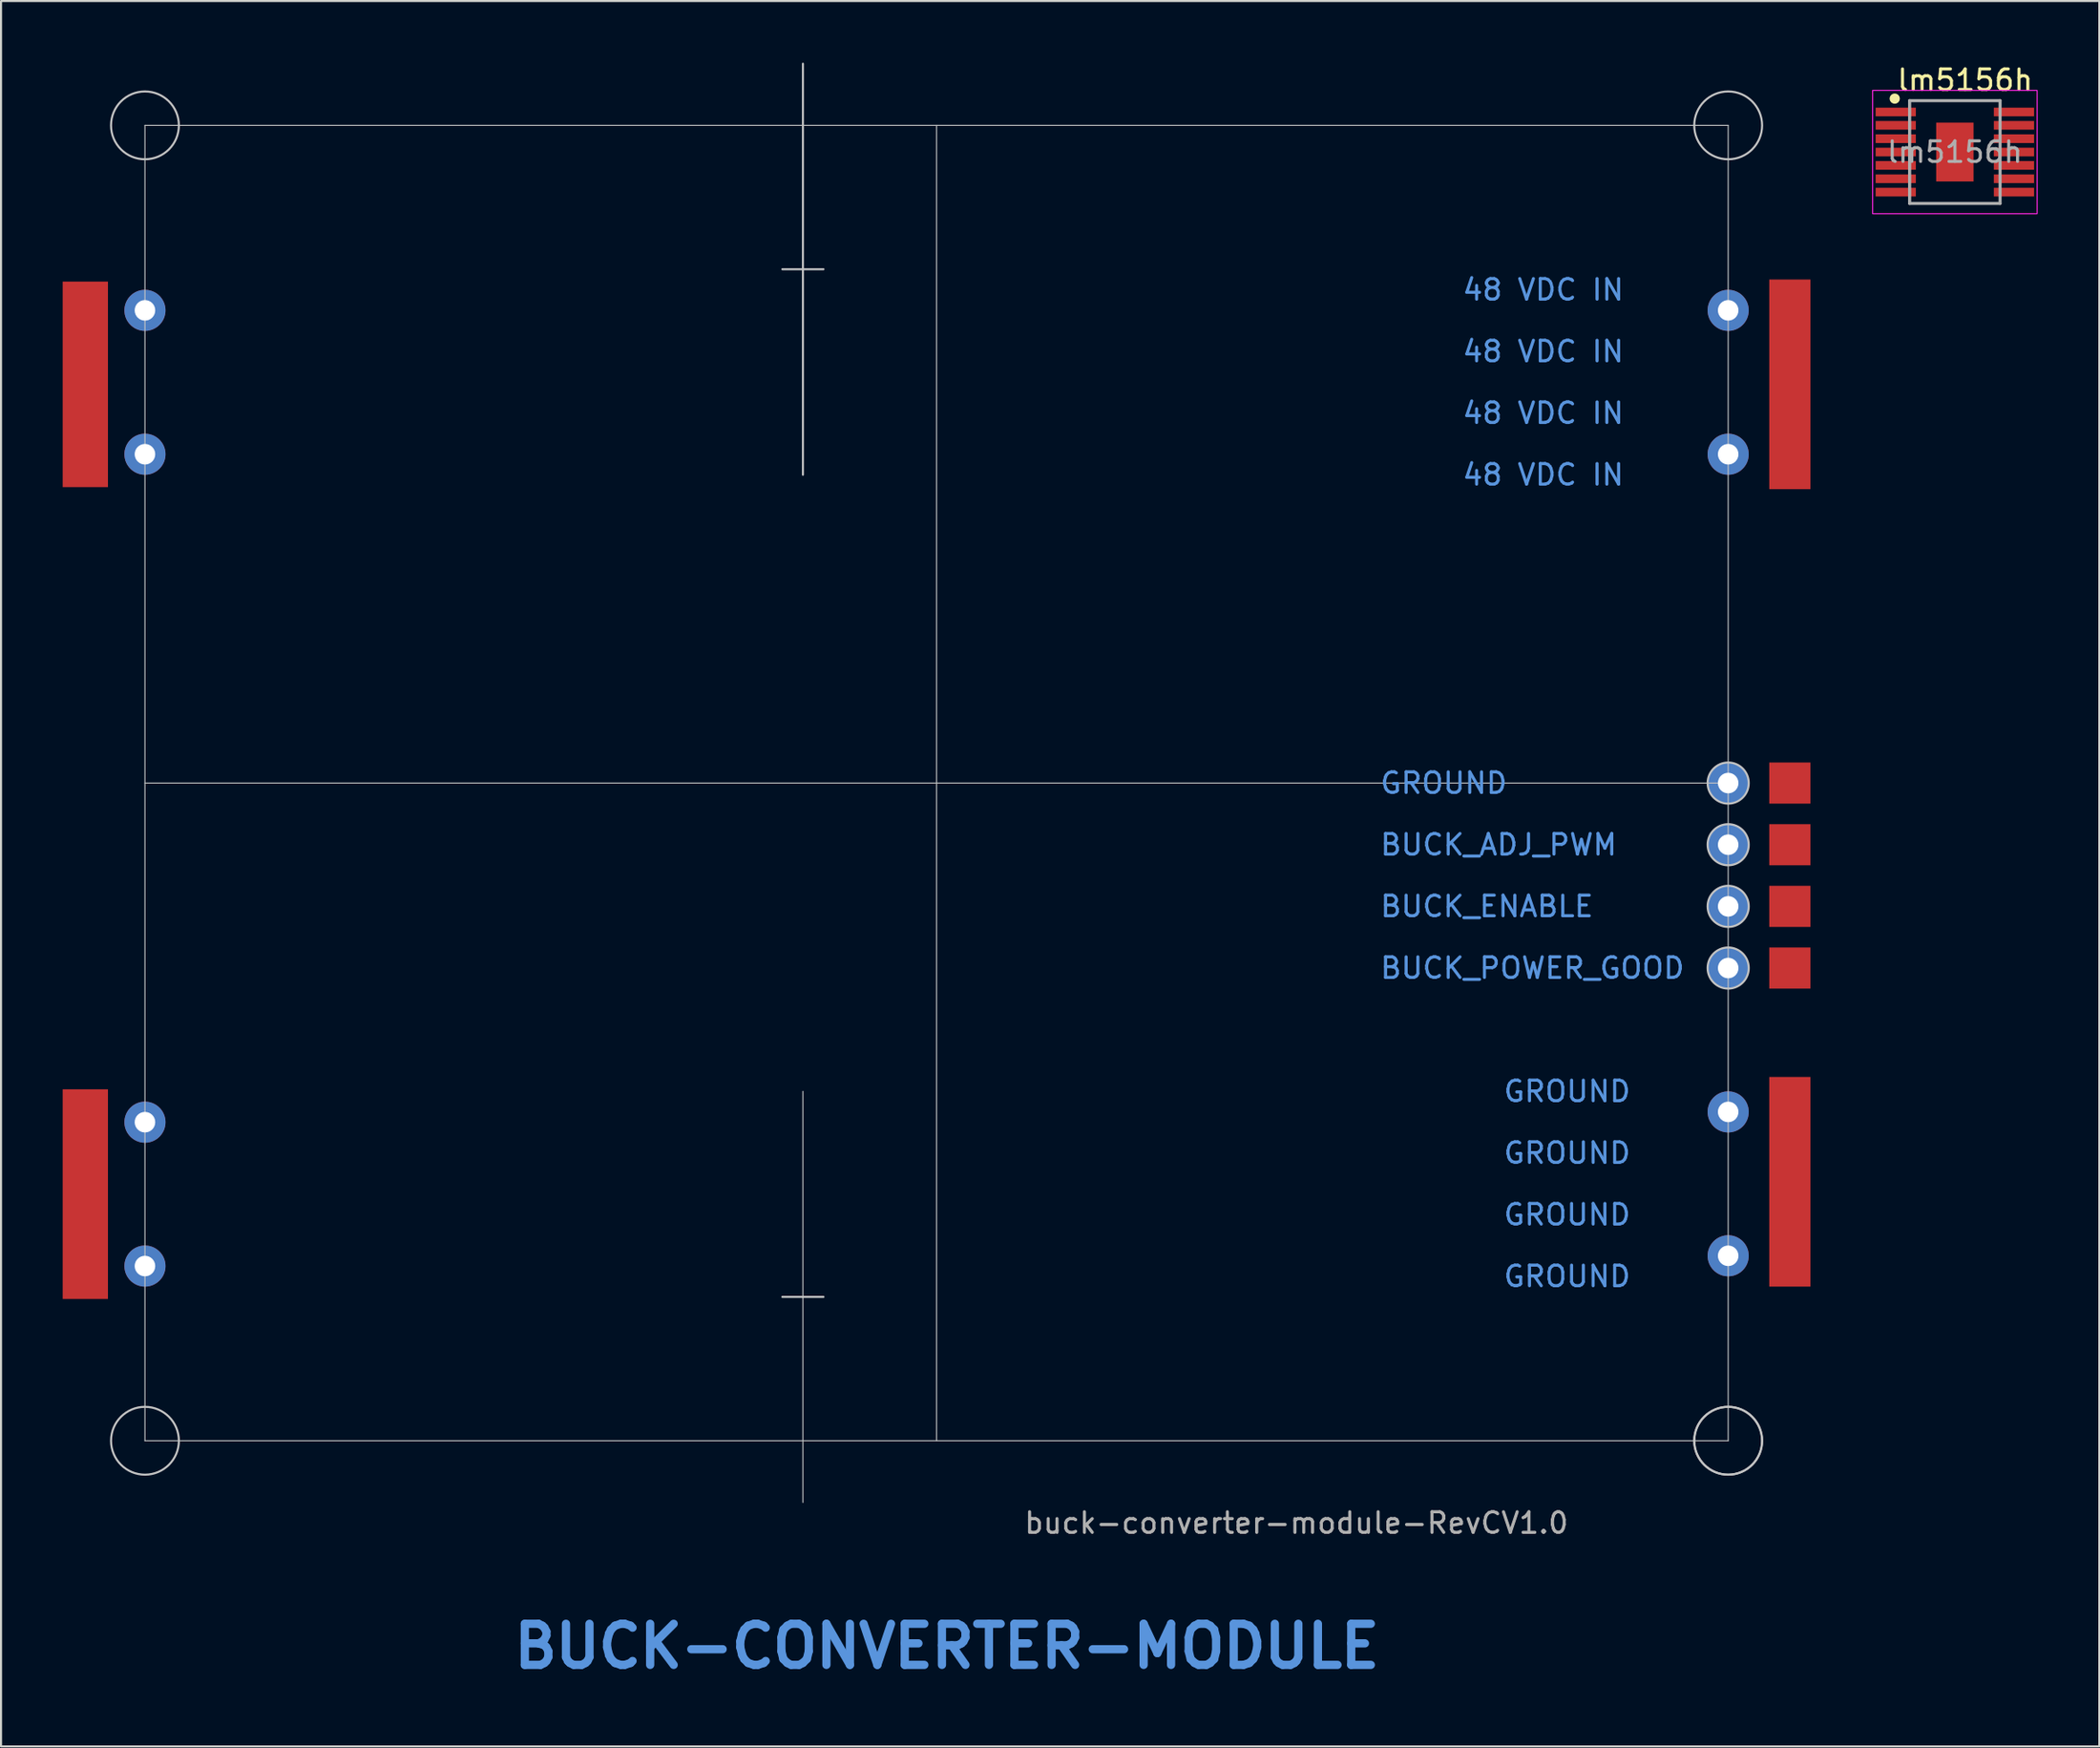
<source format=kicad_pcb>
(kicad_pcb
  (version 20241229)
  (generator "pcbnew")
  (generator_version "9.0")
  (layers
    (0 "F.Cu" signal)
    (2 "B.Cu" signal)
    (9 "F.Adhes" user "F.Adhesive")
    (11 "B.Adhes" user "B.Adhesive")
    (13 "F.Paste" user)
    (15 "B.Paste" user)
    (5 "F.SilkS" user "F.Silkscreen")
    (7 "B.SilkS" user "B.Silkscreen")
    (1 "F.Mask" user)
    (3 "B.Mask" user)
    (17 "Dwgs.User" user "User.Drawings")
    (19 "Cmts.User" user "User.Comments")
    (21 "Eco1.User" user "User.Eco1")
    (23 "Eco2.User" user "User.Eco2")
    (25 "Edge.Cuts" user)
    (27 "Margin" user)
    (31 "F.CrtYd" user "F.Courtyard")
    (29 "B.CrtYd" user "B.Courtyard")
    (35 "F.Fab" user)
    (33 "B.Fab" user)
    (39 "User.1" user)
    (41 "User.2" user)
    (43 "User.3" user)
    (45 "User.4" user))
  (footprint "lm5156h"
    (layer "F.Cu")
    (at 92.025 4.348)
    (property "Reference" "lm5156h" (at 0.5 -3.5 0) (unlocked yes) (layer "F.SilkS") (effects (font (size 1 1) (thickness 0.15))))
    (attr smd)
    (fp_circle (center -2.925 -2.6) (end -2.8 -2.6) (stroke (width 0.25) (type solid)) (fill no) (layer "F.SilkS"))
    (fp_poly (pts (xy -0.507 1.027) (xy 0.507 1.027) (xy 0.507 -1.027) (xy -0.507 -1.027)) (stroke (width 0) (type solid)) (fill yes) (layer "F.Paste"))
    (fp_rect (start -4 -3) (end 4 3) (stroke (width 0.05) (type default)) (fill no) (layer "F.CrtYd"))
    (fp_line (start -2.2 -2.5) (end 2.2 -2.5) (stroke (width 0.15) (type solid)) (layer "F.Fab"))
    (fp_line (start -2.2 2.5) (end -2.2 -2.5) (stroke (width 0.15) (type solid)) (layer "F.Fab"))
    (fp_line (start -2.2 2.5) (end 2.2 2.5) (stroke (width 0.15) (type solid)) (layer "F.Fab"))
    (fp_line (start 2.2 2.5) (end 2.2 -2.5) (stroke (width 0.15) (type solid)) (layer "F.Fab"))
    (fp_text user "${REFERENCE}" (at 0 0 0) (unlocked yes) (layer "F.Fab") (effects (font (size 1 1) (thickness 0.15))))
    (pad "1" smd rect (at -2.875 -1.95) (size 1.955 0.421) (layers "F.Cu" "F.Mask" "F.Paste"))
    (pad "2" smd rect (at -2.875 -1.3) (size 1.955 0.421) (layers "F.Cu" "F.Mask" "F.Paste"))
    (pad "3" smd rect (at -2.875 -0.65) (size 1.955 0.421) (layers "F.Cu" "F.Mask" "F.Paste"))
    (pad "4" smd rect (at -2.875 0) (size 1.955 0.421) (layers "F.Cu" "F.Mask" "F.Paste"))
    (pad "5" smd rect (at -2.875 0.65) (size 1.955 0.421) (layers "F.Cu" "F.Mask" "F.Paste"))
    (pad "6" smd rect (at -2.875 1.3) (size 1.955 0.421) (layers "F.Cu" "F.Mask" "F.Paste"))
    (pad "7" smd rect (at -2.875 1.95) (size 1.955 0.421) (layers "F.Cu" "F.Mask" "F.Paste"))
    (pad "8" smd rect (at 2.875 1.95) (size 1.955 0.421) (layers "F.Cu" "F.Mask" "F.Paste"))
    (pad "9" smd rect (at 2.875 1.3) (size 1.955 0.421) (layers "F.Cu" "F.Mask" "F.Paste"))
    (pad "10" smd rect (at 2.875 0.65) (size 1.955 0.421) (layers "F.Cu" "F.Mask" "F.Paste"))
    (pad "11" smd rect (at 2.875 0) (size 1.955 0.421) (layers "F.Cu" "F.Mask" "F.Paste"))
    (pad "12" smd rect (at 2.875 -0.65) (size 1.955 0.421) (layers "F.Cu" "F.Mask" "F.Paste"))
    (pad "13" smd rect (at 2.875 -1.3) (size 1.955 0.421) (layers "F.Cu" "F.Mask" "F.Paste"))
    (pad "14" smd rect (at 2.875 -1.95) (size 1.955 0.421) (layers "F.Cu" "F.Mask" "F.Paste"))
    (pad "15" smd rect (at 0 0) (size 1.82 2.86) (layers "F.Cu" "F.Mask")))
  (footprint "buck-converter-module-RevCV1.0"
    (layer "F.Cu")
    (at 42.5 35.05)
    (property "Reference" "buck-converter-module-RevCV1.0" (at 17.5 36 0) (unlocked yes) (layer "F.SilkS") (effects (font (size 1 1) (thickness 0.1))))
    (attr exclude_from_pos_files allow_missing_courtyard)
    (fp_line (start -38.5 -32) (end 38.5 -32) (stroke (width 0.05) (type default)) (layer "Dwgs.User"))
    (fp_line (start -38.5 0) (end 38.5 0) (stroke (width 0.05) (type default)) (layer "Dwgs.User"))
    (fp_line (start -38.5 32) (end -38.5 -32) (stroke (width 0.05) (type default)) (layer "Dwgs.User"))
    (fp_line (start -38.5 32) (end 38.5 32) (stroke (width 0.05) (type default)) (layer "Dwgs.User"))
    (fp_line (start -6.5 -25) (end -7.5 -25) (stroke (width 0.1) (type default)) (layer "Dwgs.User"))
    (fp_line (start -6.5 -25) (end -5.5 -25) (stroke (width 0.1) (type default)) (layer "Dwgs.User"))
    (fp_line (start -6.5 -15) (end -6.5 -35) (stroke (width 0.1) (type default)) (layer "Dwgs.User"))
    (fp_line (start -6.5 15) (end -6.5 35) (stroke (width 0.05) (type default)) (layer "Dwgs.User"))
    (fp_line (start -6.5 25) (end -7.5 25) (stroke (width 0.1) (type default)) (layer "Dwgs.User"))
    (fp_line (start -6.5 25) (end -5.5 25) (stroke (width 0.1) (type default)) (layer "Dwgs.User"))
    (fp_line (start 0 -32) (end 0 32) (stroke (width 0.05) (type default)) (layer "Dwgs.User"))
    (fp_line (start 38.5 32) (end 38.5 -32) (stroke (width 0.05) (type default)) (layer "Dwgs.User"))
    (fp_circle (center -38.5 -32) (end -36.85 -32) (stroke (width 0.1) (type default)) (fill no) (layer "Dwgs.User"))
    (fp_circle (center -38.5 32) (end -36.85 32) (stroke (width 0.1) (type default)) (fill no) (layer "Dwgs.User"))
    (fp_circle (center 38.5 -32) (end 40.15 -32) (stroke (width 0.1) (type default)) (fill no) (layer "Dwgs.User"))
    (fp_circle (center 38.5 0) (end 39.5 0) (stroke (width 0.1) (type default)) (fill no) (layer "Dwgs.User"))
    (fp_circle (center 38.5 3) (end 39.5 3) (stroke (width 0.1) (type default)) (fill no) (layer "Dwgs.User"))
    (fp_circle (center 38.5 6) (end 39.5 6) (stroke (width 0.1) (type default)) (fill no) (layer "Dwgs.User"))
    (fp_circle (center 38.5 9) (end 39.5 9) (stroke (width 0.1) (type default)) (fill no) (layer "Dwgs.User"))
    (fp_circle (center 38.5 32) (end 40.15 32) (stroke (width 0.1) (type default)) (fill no) (layer "Dwgs.User"))
    (fp_circle (center 38.5 32) (end 40.15 32) (stroke (width 0.1) (type default)) (fill no) (layer "Dwgs.User"))
    (fp_line (start -41.5 -32) (end -41.5 32) (stroke (width 0.1) (type default)) (layer "User.1"))
    (fp_line (start -38.5 35) (end -28.5 35) (stroke (width 0.1) (type default)) (layer "User.1"))
    (fp_line (start -28.5 -35) (end -38.5 -35) (stroke (width 0.1) (type default)) (layer "User.1"))
    (fp_line (start -25.494 -17.994) (end -25.5 -31.994) (stroke (width 0.1) (type default)) (layer "User.1"))
    (fp_line (start -25.494 18) (end -25.5 32) (stroke (width 0.1) (type default)) (layer "User.1"))
    (fp_line (start 9.5 -15) (end -22.5 -15) (stroke (width 0.1) (type default)) (layer "User.1"))
    (fp_line (start 9.5 15.006) (end -22.5 15.006) (stroke (width 0.1) (type default)) (layer "User.1"))
    (fp_line (start 12.5 -31.794) (end 12.494 -17.994) (stroke (width 0.1) (type default)) (layer "User.1"))
    (fp_line (start 12.5 31.8) (end 12.494 18) (stroke (width 0.1) (type default)) (layer "User.1"))
    (fp_line (start 38.5 -35) (end 15.5 -35) (stroke (width 0.1) (type default)) (layer "User.1"))
    (fp_line (start 38.5 35) (end 15.913 34.993) (stroke (width 0.1) (type default)) (layer "User.1"))
    (fp_line (start 41.5 32) (end 41.5 -32) (stroke (width 0.1) (type default)) (layer "User.1"))
    (fp_arc (start -41.5 -32) (mid -40.62132 -34.12132) (end -38.5 -35) (stroke (width 0.1) (type default)) (layer "User.1"))
    (fp_arc (start -38.5 35) (mid -40.62132 34.12132) (end -41.5 32) (stroke (width 0.1) (type default)) (layer "User.1"))
    (fp_arc (start -28.5 -34.994158) (mid -26.378688 -34.11547) (end -25.5 -31.994158) (stroke (width 0.1) (type default)) (layer "User.1"))
    (fp_arc (start -25.5 32) (mid -26.37868 34.12132) (end -28.5 35) (stroke (width 0.1) (type default)) (layer "User.1"))
    (fp_arc (start -25.494158 18) (mid -24.617189 15.882811) (end -22.5 15.005842) (stroke (width 0.1) (type default)) (layer "User.1"))
    (fp_arc (start -22.5 -15) (mid -24.617198 -15.87696) (end -25.494158 -17.994158) (stroke (width 0.1) (type default)) (layer "User.1"))
    (fp_arc (start 9.500001 15.005841) (mid 11.61719 15.88281) (end 12.494159 17.999999) (stroke (width 0.1) (type default)) (layer "User.1"))
    (fp_arc (start 12.494158 -17.994158) (mid 11.617169 -15.876989) (end 9.5 -15) (stroke (width 0.1) (type default)) (layer "User.1"))
    (fp_arc (start 12.5 -31.794158) (mid 13.51379 -34.13097) (end 15.912861 -34.987071) (stroke (width 0.1) (type default)) (layer "User.1"))
    (fp_arc (start 15.912861 34.992913) (mid 13.513811 34.136788) (end 12.5 31.8) (stroke (width 0.1) (type default)) (layer "User.1"))
    (fp_arc (start 38.500001 -35.000001) (mid 40.621336 -34.121324) (end 41.500001 -32.000001) (stroke (width 0.1) (type default)) (layer "User.1"))
    (fp_arc (start 41.500001 32.000001) (mid 40.621322 34.121322) (end 38.500001 35.000001) (stroke (width 0.1) (type default)) (layer "User.1"))
    (fp_rect (start -41.6 14.9) (end -35 25.1) (stroke (width 0.1) (type default)) (fill no) (layer "User.2"))
    (fp_rect (start -41.5 -24.4) (end -35.2 -14.4) (stroke (width 0.1) (type default)) (fill no) (layer "User.2"))
    (fp_rect (start 34.9 -24.5) (end 41.5 -14.3) (stroke (width 0.1) (type default)) (fill no) (layer "User.2"))
    (fp_rect (start 34.9 14.3) (end 41.5 24.5) (stroke (width 0.1) (type default)) (fill no) (layer "User.2"))
    (fp_rect (start 37.5 -1) (end 39.5 1) (stroke (width 0.1) (type default)) (fill no) (layer "User.2"))
    (fp_rect (start 37.5 2) (end 39.5 4) (stroke (width 0.1) (type default)) (fill no) (layer "User.2"))
    (fp_rect (start 37.5 5) (end 39.5 7) (stroke (width 0.1) (type default)) (fill no) (layer "User.2"))
    (fp_rect (start 37.5 8) (end 39.5 10) (stroke (width 0.1) (type default)) (fill no) (layer "User.2"))
    (fp_text user "BUCK_POWER_GOOD" (at 21.5 9 0) (unlocked yes) (layer "Cmts.User") (effects (font (size 1 1) (thickness 0.15)) (justify left)))
    (fp_text user "GROUND" (at 27.5 24 0) (unlocked yes) (layer "Cmts.User") (effects (font (size 1 1) (thickness 0.15)) (justify left)))
    (fp_text user "48 VDC IN" (at 25.5 -15 0) (unlocked yes) (layer "Cmts.User") (effects (font (size 1 1) (thickness 0.15)) (justify left)))
    (fp_text user "BUCK_ADJ_PWM" (at 21.5 3 0) (unlocked yes) (layer "Cmts.User") (effects (font (size 1 1) (thickness 0.15)) (justify left)))
    (fp_text user "48 VDC IN" (at 25.5 -24 0) (unlocked yes) (layer "Cmts.User") (effects (font (size 1 1) (thickness 0.15)) (justify left)))
    (fp_text user "48 VDC IN" (at 25.5 -18 0) (unlocked yes) (layer "Cmts.User") (effects (font (size 1 1) (thickness 0.15)) (justify left)))
    (fp_text user "GROUND" (at 27.5 18 0) (unlocked yes) (layer "Cmts.User") (effects (font (size 1 1) (thickness 0.15)) (justify left)))
    (fp_text user "GROUND" (at 27.5 21 0) (unlocked yes) (layer "Cmts.User") (effects (font (size 1 1) (thickness 0.15)) (justify left)))
    (fp_text user "GROUND" (at 21.5 0 0) (unlocked yes) (layer "Cmts.User") (effects (font (size 1 1) (thickness 0.15)) (justify left)))
    (fp_text user "48 VDC IN" (at 25.5 -21 0) (unlocked yes) (layer "Cmts.User") (effects (font (size 1 1) (thickness 0.15)) (justify left)))
    (fp_text user "BUCK-CONVERTER-MODULE" (at 0.5 42 0) (unlocked yes) (layer "Cmts.User") (effects (font (size 2 2) (thickness 0.4) (bold yes))))
    (fp_text user "BUCK_ENABLE" (at 21.5 6 0) (unlocked yes) (layer "Cmts.User") (effects (font (size 1 1) (thickness 0.15)) (justify left)))
    (fp_text user "GROUND" (at 27.5 15 0) (unlocked yes) (layer "Cmts.User") (effects (font (size 1 1) (thickness 0.15)) (justify left)))
    (fp_text user "${REFERENCE}" (at 17.5 36 0) (unlocked yes) (layer "F.Fab") (effects (font (size 1 1) (thickness 0.15))))
    (pad "1" smd rect (at -41.4 -19.4 270) (size 10 2.2) (layers "F.Cu" "F.Mask" "F.Paste"))
    (pad "1" thru_hole circle (at -38.5 -23 270) (size 2 2) (drill 1) (layers "*.Cu" "*.Mask"))
    (pad "1" thru_hole circle (at -38.5 -16 270) (size 2 2) (drill 1) (layers "*.Cu" "*.Mask"))
    (pad "2" smd rect (at -41.4 20 270) (size 10.2 2.2) (layers "F.Cu" "F.Mask" "F.Paste"))
    (pad "2" thru_hole circle (at -38.5 16.5 270) (size 2 2) (drill 1) (layers "*.Cu" "*.Mask"))
    (pad "2" thru_hole circle (at -38.5 23.5 270) (size 2 2) (drill 1) (layers "*.Cu" "*.Mask"))
    (pad "3" thru_hole circle (at 38.5 16 270) (size 2 2) (drill 1) (layers "*.Cu" "*.Mask"))
    (pad "3" thru_hole circle (at 38.5 23 270) (size 2 2) (drill 1) (layers "*.Cu" "*.Mask"))
    (pad "3" smd rect (at 41.5 19.4 270) (size 10.2 2) (layers "F.Cu" "F.Mask" "F.Paste"))
    (pad "4" thru_hole circle (at 38.5 9 270) (size 2 2) (drill 1) (layers "*.Cu" "*.Mask"))
    (pad "4" smd rect (at 41.5 9 270) (size 2 2) (layers "F.Cu" "F.Mask" "F.Paste"))
    (pad "5" thru_hole circle (at 38.5 6 270) (size 2 2) (drill 1) (layers "*.Cu" "*.Mask"))
    (pad "5" smd rect (at 41.5 6 270) (size 2 2) (layers "F.Cu" "F.Mask" "F.Paste"))
    (pad "6" thru_hole circle (at 38.5 3 270) (size 2 2) (drill 1) (layers "*.Cu" "*.Mask"))
    (pad "6" smd rect (at 41.5 3 270) (size 2 2) (layers "F.Cu" "F.Mask" "F.Paste"))
    (pad "7" thru_hole circle (at 38.5 0 270) (size 2 2) (drill 1) (layers "*.Cu" "*.Mask"))
    (pad "7" smd rect (at 41.5 0 270) (size 2 2) (layers "F.Cu" "F.Mask" "F.Paste"))
    (pad "8" thru_hole circle (at 38.5 -23 270) (size 2 2) (drill 1) (layers "*.Cu" "*.Mask"))
    (pad "8" thru_hole circle (at 38.5 -16 270) (size 2 2) (drill 1) (layers "*.Cu" "*.Mask"))
    (pad "8" smd rect (at 41.5 -19.4 270) (size 10.2 2) (layers "F.Cu" "F.Mask" "F.Paste")))
  (gr_rect
    (start -3 -3)
    (end 99.05 81.922)
    (stroke (width 0.1) (type default))
    (fill no)
    (layer "Edge.Cuts")))
</source>
